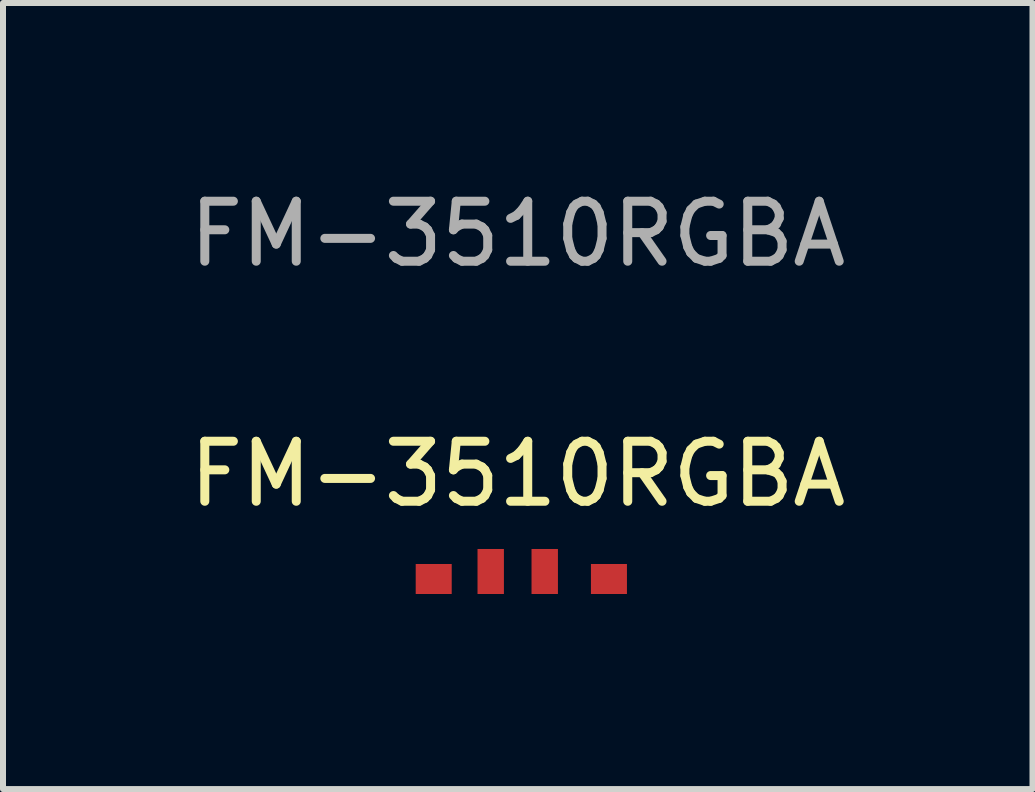
<source format=kicad_pcb>
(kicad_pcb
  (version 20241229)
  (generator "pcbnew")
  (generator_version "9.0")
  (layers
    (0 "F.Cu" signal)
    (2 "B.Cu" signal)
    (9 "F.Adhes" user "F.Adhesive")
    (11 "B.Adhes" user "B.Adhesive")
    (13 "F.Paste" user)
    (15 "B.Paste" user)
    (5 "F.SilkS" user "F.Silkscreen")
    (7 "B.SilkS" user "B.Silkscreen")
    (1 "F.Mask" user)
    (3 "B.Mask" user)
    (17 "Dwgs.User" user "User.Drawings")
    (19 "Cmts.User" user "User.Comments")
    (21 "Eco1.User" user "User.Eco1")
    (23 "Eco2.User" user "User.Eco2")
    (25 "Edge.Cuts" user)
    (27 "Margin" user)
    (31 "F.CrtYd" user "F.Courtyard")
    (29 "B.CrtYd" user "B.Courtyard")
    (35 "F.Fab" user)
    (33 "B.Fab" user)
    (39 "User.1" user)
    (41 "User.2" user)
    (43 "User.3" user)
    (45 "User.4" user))
  (footprint "FM-3510RGBA"
    (layer "F.Cu")
    (at 5.577 6.848)
    (property "Reference" "FM-3510RGBA" (at 0 -2 0) (unlocked yes) (layer "F.SilkS") (effects (font (size 1 1) (thickness 0.15))))
    (attr smd)
    (fp_text user "${REFERENCE}" (at 0 -6 0) (unlocked yes) (layer "F.Fab") (effects (font (size 1 1) (thickness 0.15))))
    (pad "1" smd rect (at 1.52 -0.25) (size 0.6 0.5) (layers "F.Cu" "F.Mask" "F.Paste"))
    (pad "2" smd rect (at 0.45 -0.375) (size 0.44 0.75) (layers "F.Cu" "F.Mask" "F.Paste"))
    (pad "3" smd rect (at -0.45 -0.375) (size 0.44 0.75) (layers "F.Cu" "F.Mask" "F.Paste"))
    (pad "4" smd rect (at -1.4 -0.25) (size 0.6 0.5) (layers "F.Cu" "F.Mask" "F.Paste")))
  (gr_rect
    (start -3 -3)
    (end 14.155 10.098)
    (stroke (width 0.1) (type default))
    (fill no)
    (layer "Edge.Cuts")))
</source>
